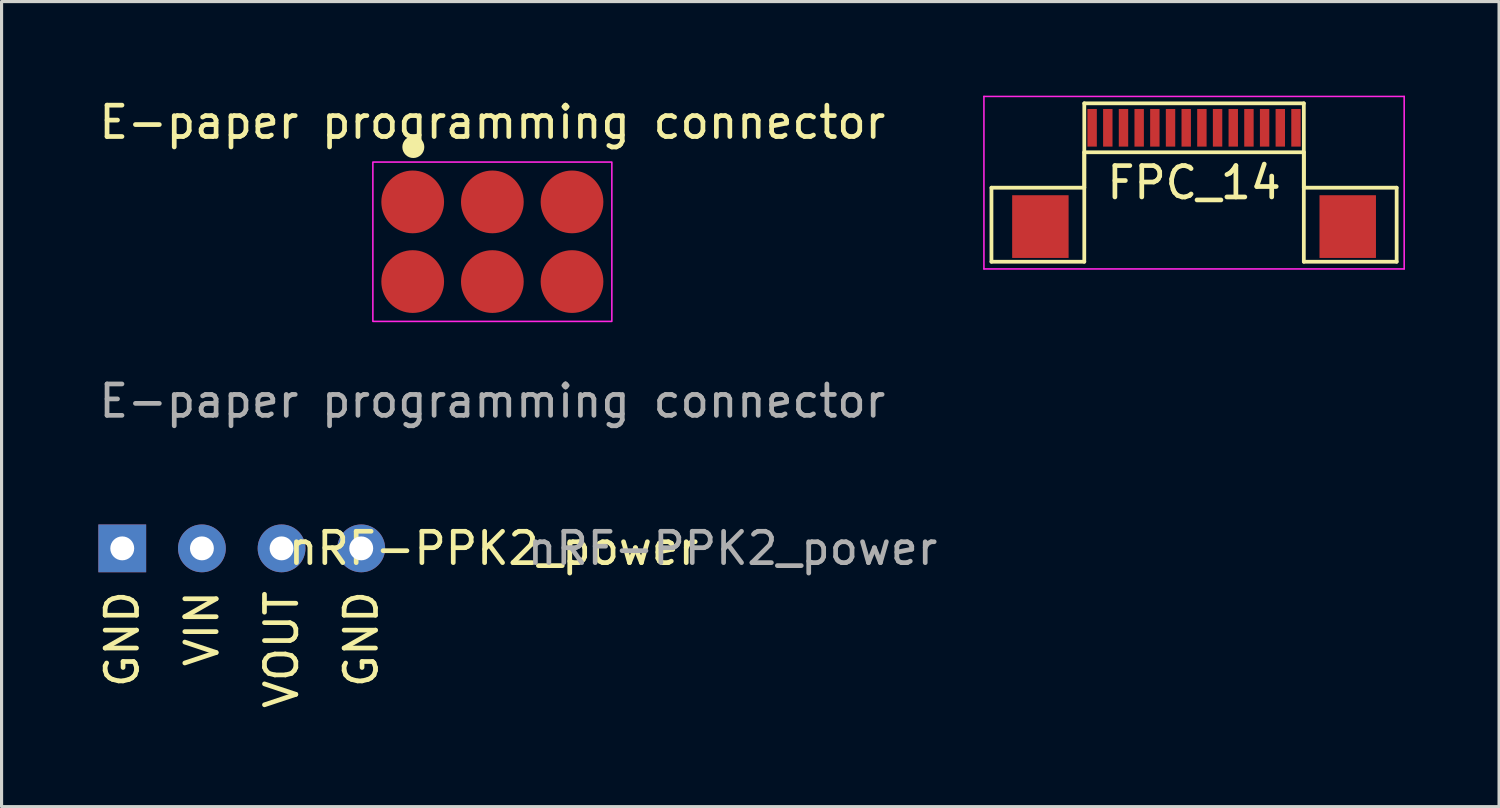
<source format=kicad_pcb>
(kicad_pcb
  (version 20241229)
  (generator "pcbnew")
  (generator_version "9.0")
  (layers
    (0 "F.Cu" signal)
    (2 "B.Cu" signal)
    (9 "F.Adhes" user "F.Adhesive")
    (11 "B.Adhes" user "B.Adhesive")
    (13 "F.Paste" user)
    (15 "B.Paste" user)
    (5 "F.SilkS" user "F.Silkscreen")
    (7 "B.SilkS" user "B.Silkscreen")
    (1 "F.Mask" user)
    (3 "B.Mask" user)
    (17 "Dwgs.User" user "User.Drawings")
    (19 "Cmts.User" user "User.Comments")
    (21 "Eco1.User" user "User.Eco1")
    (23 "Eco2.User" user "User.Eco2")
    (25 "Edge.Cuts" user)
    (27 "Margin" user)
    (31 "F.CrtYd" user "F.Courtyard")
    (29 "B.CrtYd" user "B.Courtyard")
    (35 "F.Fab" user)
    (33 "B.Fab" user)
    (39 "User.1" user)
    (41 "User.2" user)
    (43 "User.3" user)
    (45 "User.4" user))
  (footprint "E-paper programming connector"
    (layer "F.Cu")
    (at 12.649 4.658)
    (property "Reference" "E-paper programming connector" (at 0 -3.81 0) (unlocked yes) (layer "F.SilkS") (effects (font (size 1 1) (thickness 0.15))))
    (attr smd)
    (fp_circle (center -2.52 -3.02) (end -2.22 -3.02) (stroke (width 0.1) (type solid)) (fill yes) (layer "F.SilkS"))
    (fp_rect (start -3.81 -2.54) (end 3.81 2.54) (stroke (width 0.05) (type default)) (fill no) (layer "F.CrtYd"))
    (fp_text user "${REFERENCE}" (at 0 5.08 0) (unlocked yes) (layer "F.Fab") (effects (font (size 1 1) (thickness 0.15))))
    (pad "1" smd circle (at 2.54 -1.27) (size 2 2) (layers "F.Cu" "F.Mask" "F.Paste"))
    (pad "2" smd circle (at 0 -1.27) (size 2 2) (layers "F.Cu" "F.Mask" "F.Paste"))
    (pad "3" smd circle (at -2.54 -1.27) (size 2 2) (layers "F.Cu" "F.Mask" "F.Paste"))
    (pad "4" smd circle (at -2.54 1.27) (size 2 2) (layers "F.Cu" "F.Mask" "F.Paste"))
    (pad "5" smd circle (at 0 1.27) (size 2 2) (layers "F.Cu" "F.Mask" "F.Paste"))
    (pad "6" smd circle (at 2.54 1.27) (size 2 2) (layers "F.Cu" "F.Mask" "F.Paste")))
  (footprint "FPC_14"
    (layer "F.Cu")
    (at 35.023 1.025)
    (property "Reference" "FPC_14" (at 0 1.75 0) (layer "F.SilkS") (effects (font (size 1 1) (thickness 0.15))))
    (attr smd)
    (fp_line (start -6.46 1.91) (end -3.5 1.91) (stroke (width 0.12) (type default)) (layer "F.SilkS"))
    (fp_line (start -6.46 4.27) (end -6.46 1.91) (stroke (width 0.12) (type default)) (layer "F.SilkS"))
    (fp_line (start -3.5 -0.78) (end 3.5 -0.78) (stroke (width 0.12) (type default)) (layer "F.SilkS"))
    (fp_line (start -3.5 0.78) (end -3.5 4.27) (stroke (width 0.12) (type default)) (layer "F.SilkS"))
    (fp_line (start -3.5 0.78) (end 3.5 0.78) (stroke (width 0.12) (type default)) (layer "F.SilkS"))
    (fp_line (start -3.5 1.91) (end -3.5 -0.78) (stroke (width 0.12) (type default)) (layer "F.SilkS"))
    (fp_line (start -3.5 4.27) (end -6.46 4.27) (stroke (width 0.12) (type default)) (layer "F.SilkS"))
    (fp_line (start 3.5 0.78) (end 3.5 4.27) (stroke (width 0.12) (type default)) (layer "F.SilkS"))
    (fp_line (start 3.5 1.91) (end 3.5 -0.78) (stroke (width 0.12) (type default)) (layer "F.SilkS"))
    (fp_line (start 3.5 4.27) (end 6.46 4.27) (stroke (width 0.12) (type default)) (layer "F.SilkS"))
    (fp_line (start 6.46 1.91) (end 3.5 1.91) (stroke (width 0.12) (type default)) (layer "F.SilkS"))
    (fp_line (start 6.46 4.27) (end 6.46 1.91) (stroke (width 0.12) (type default)) (layer "F.SilkS"))
    (fp_line (start -6.7 -1) (end -6.7 4.5) (stroke (width 0.05) (type default)) (layer "F.CrtYd"))
    (fp_line (start -6.7 -1) (end 6.7 -1) (stroke (width 0.05) (type default)) (layer "F.CrtYd"))
    (fp_line (start -6.7 4.5) (end 6.7 4.5) (stroke (width 0.05) (type default)) (layer "F.CrtYd"))
    (fp_line (start 6.7 -1) (end 6.7 4.5) (stroke (width 0.05) (type default)) (layer "F.CrtYd"))
    (pad "" smd rect (at -4.9 3.15) (size 1.8 2) (layers "F.Cu" "F.Mask" "F.Paste"))
    (pad "" smd rect (at 4.9 3.15) (size 1.8 2) (layers "F.Cu" "F.Mask" "F.Paste"))
    (pad "1" smd rect (at -3.25 0) (size 0.3 1.2) (layers "F.Cu" "F.Mask" "F.Paste"))
    (pad "2" smd rect (at -2.75 0) (size 0.3 1.2) (layers "F.Cu" "F.Mask" "F.Paste"))
    (pad "3" smd rect (at -2.25 0) (size 0.3 1.2) (layers "F.Cu" "F.Mask" "F.Paste"))
    (pad "4" smd rect (at -1.75 0) (size 0.3 1.2) (layers "F.Cu" "F.Mask" "F.Paste"))
    (pad "5" smd rect (at -1.25 0) (size 0.3 1.2) (layers "F.Cu" "F.Mask" "F.Paste"))
    (pad "6" smd rect (at -0.75 0) (size 0.3 1.2) (layers "F.Cu" "F.Mask" "F.Paste"))
    (pad "7" smd rect (at -0.25 0) (size 0.3 1.2) (layers "F.Cu" "F.Mask" "F.Paste"))
    (pad "8" smd rect (at 0.25 0) (size 0.3 1.2) (layers "F.Cu" "F.Mask" "F.Paste"))
    (pad "9" smd rect (at 0.75 0) (size 0.3 1.2) (layers "F.Cu" "F.Mask" "F.Paste"))
    (pad "10" smd rect (at 1.25 0) (size 0.3 1.2) (layers "F.Cu" "F.Mask" "F.Paste"))
    (pad "11" smd rect (at 1.75 0) (size 0.3 1.2) (layers "F.Cu" "F.Mask" "F.Paste"))
    (pad "12" smd rect (at 2.25 0) (size 0.3 1.2) (layers "F.Cu" "F.Mask" "F.Paste"))
    (pad "13" smd rect (at 2.75 0) (size 0.3 1.2) (layers "F.Cu" "F.Mask" "F.Paste"))
    (pad "14" smd rect (at 3.25 0) (size 0.3 1.2) (layers "F.Cu" "F.Mask" "F.Paste")))
  (footprint "nRF-PPK2_power"
    (layer "F.Cu")
    (at 0.848 14.435)
    (property "Reference" "nRF-PPK2_power" (at 11.84 0 0) (unlocked yes) (layer "F.SilkS") (effects (font (size 1 1) (thickness 0.15))))
    (attr through_hole)
    (fp_text user "GND" (at 0 1.27 90) (unlocked yes) (layer "F.SilkS") (effects (font (size 1 1) (thickness 0.15)) (justify right)))
    (fp_text user "VOUT" (at 5.08 1.27 90) (unlocked yes) (layer "F.SilkS") (effects (font (size 1 1) (thickness 0.15)) (justify right)))
    (fp_text user "VIN" (at 2.54 1.27 90) (unlocked yes) (layer "F.SilkS") (effects (font (size 1 1) (thickness 0.15)) (justify right)))
    (fp_text user "GND" (at 7.62 1.27 90) (unlocked yes) (layer "F.SilkS") (effects (font (size 1 1) (thickness 0.15)) (justify right)))
    (fp_text user "${REFERENCE}" (at 19.46 0 0) (unlocked yes) (layer "F.Fab") (effects (font (size 1 1) (thickness 0.15))))
    (pad "1" thru_hole rect (at 0 0) (size 1.524 1.524) (drill 0.762) (layers "*.Cu" "*.Mask"))
    (pad "2" thru_hole circle (at 2.54 0) (size 1.524 1.524) (drill 0.762) (layers "*.Cu" "*.Mask"))
    (pad "3" thru_hole circle (at 5.08 0) (size 1.524 1.524) (drill 0.762) (layers "*.Cu" "*.Mask"))
    (pad "4" thru_hole circle (at 7.62 0) (size 1.524 1.524) (drill 0.762) (layers "*.Cu" "*.Mask")))
  (gr_rect
    (start -3 -3)
    (end 44.748 22.669)
    (stroke (width 0.1) (type default))
    (fill no)
    (layer "Edge.Cuts")))
</source>
